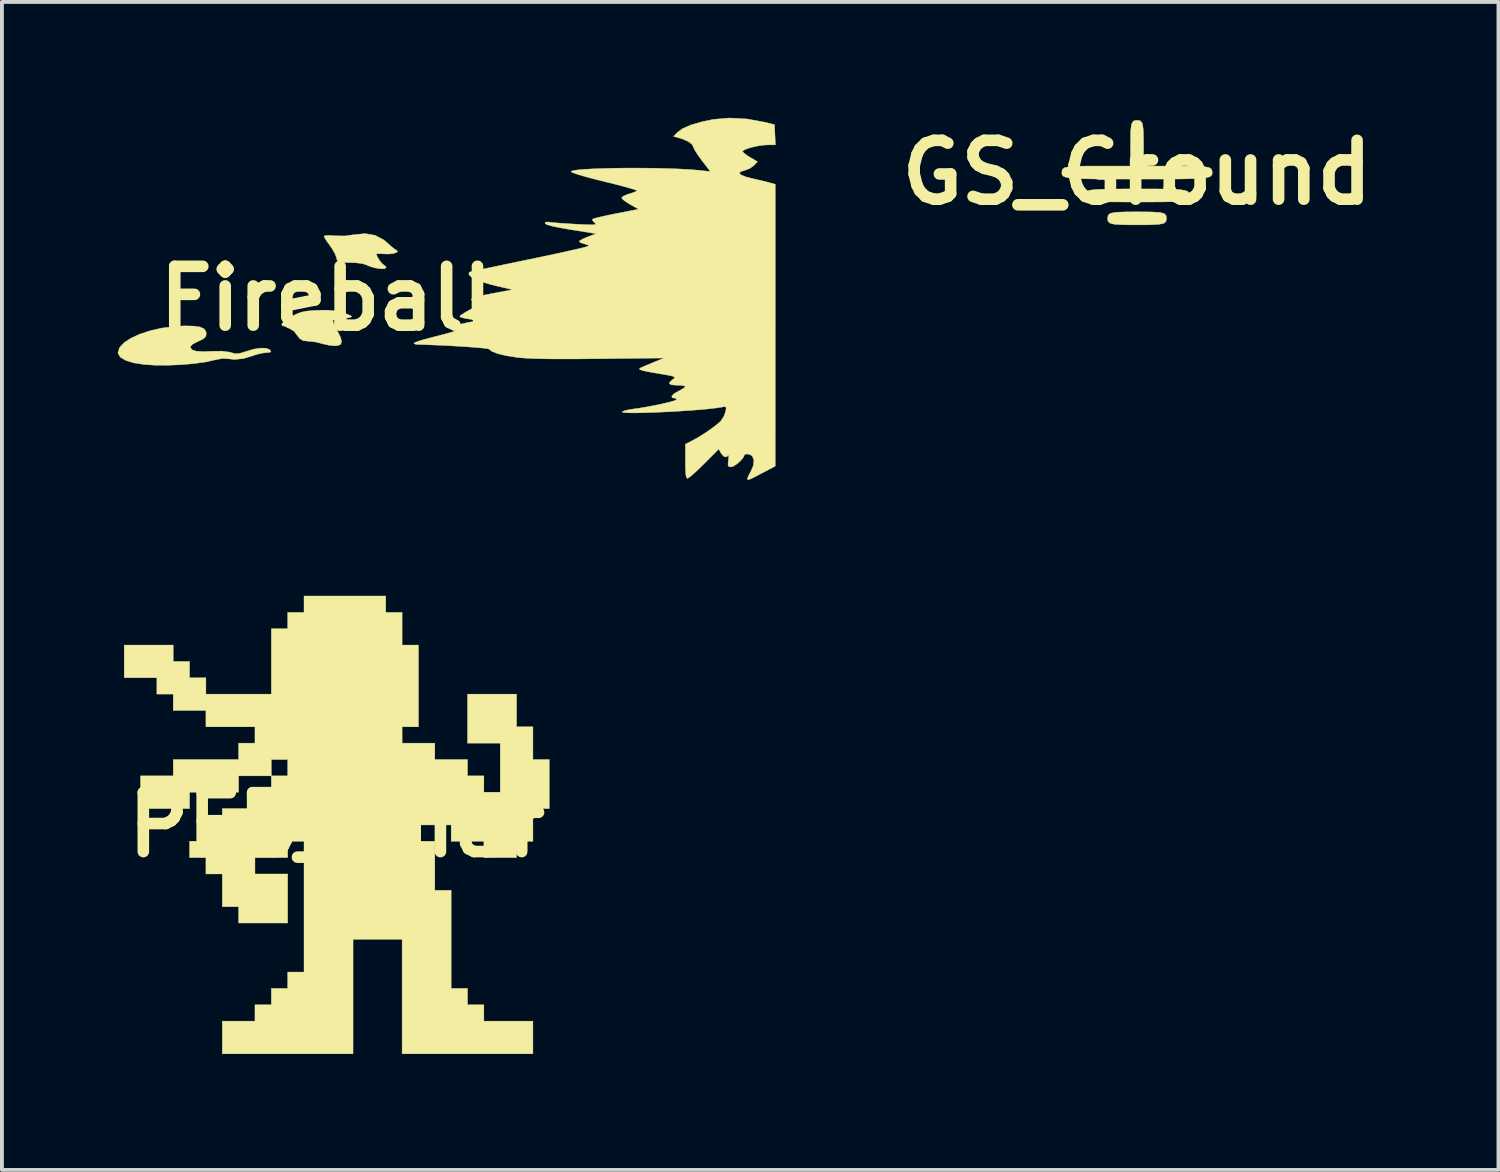
<source format=kicad_pcb>
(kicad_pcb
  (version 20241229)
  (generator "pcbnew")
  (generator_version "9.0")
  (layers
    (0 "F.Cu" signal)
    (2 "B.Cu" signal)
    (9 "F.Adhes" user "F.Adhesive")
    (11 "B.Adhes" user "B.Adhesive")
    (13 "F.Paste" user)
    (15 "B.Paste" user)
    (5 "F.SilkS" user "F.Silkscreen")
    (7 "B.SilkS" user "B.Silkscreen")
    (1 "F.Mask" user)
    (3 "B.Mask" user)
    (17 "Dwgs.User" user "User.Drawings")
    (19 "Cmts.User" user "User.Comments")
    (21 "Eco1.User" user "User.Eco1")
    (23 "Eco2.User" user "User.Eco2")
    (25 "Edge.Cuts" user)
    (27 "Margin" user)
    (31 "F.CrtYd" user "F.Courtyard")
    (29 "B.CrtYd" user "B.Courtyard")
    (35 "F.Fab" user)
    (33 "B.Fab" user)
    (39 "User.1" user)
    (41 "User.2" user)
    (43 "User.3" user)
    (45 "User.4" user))
  (footprint "Fireball_Trail"
    (layer "F.Cu")
    (at 8.514 4.68)
    (property "Reference" "Fireball_Trail" (at 0 0 0) (layer "F.SilkS") (effects (font (size 1.524 1.524) (thickness 0.3))))
    (attr through_hole)
    (fp_poly (pts (xy -2.912 0.315) (xy -2.739 0.351) (xy -2.705 0.361) (xy -2.574 0.405) (xy -2.484 0.444) (xy -2.455 0.466) (xy -2.494 0.487) (xy -2.592 0.508) (xy -2.693 0.521) (xy -2.825 0.537) (xy -2.919 0.554) (xy -2.948 0.564) (xy -2.939 0.607) (xy -2.897 0.703) (xy -2.831 0.831) (xy -2.83 0.833) (xy -2.746 1.007) (xy -2.719 1.124) (xy -2.751 1.193) (xy -2.842 1.222) (xy -2.909 1.223) (xy -3.06 1.206) (xy -3.219 1.169) (xy -3.239 1.163) (xy -3.4 1.124) (xy -3.569 1.104) (xy -3.586 1.104) (xy -3.717 1.089) (xy -3.8 1.039) (xy -3.84 0.991) (xy -3.956 0.839) (xy -4.055 0.753) (xy -4.148 0.721) (xy -4.17 0.72) (xy -4.257 0.704) (xy -4.269 0.659) (xy -4.21 0.59) (xy -4.083 0.503) (xy -4.011 0.463) (xy -3.871 0.393) (xy -3.749 0.349) (xy -3.615 0.323) (xy -3.438 0.308) (xy -3.35 0.304) (xy -3.105 0.3) (xy -2.912 0.315)) (stroke (width 0.01) (type solid)) (fill yes) (layer "F.SilkS"))
    (fp_poly (pts (xy -1.85 -1.637) (xy -1.622 -1.515) (xy -1.539 -1.444) (xy -1.434 -1.349) (xy -1.346 -1.28) (xy -1.31 -1.258) (xy -1.269 -1.225) (xy -1.296 -1.193) (xy -1.376 -1.167) (xy -1.494 -1.154) (xy -1.598 -1.155) (xy -1.722 -1.161) (xy -1.803 -1.16) (xy -1.82 -1.155) (xy -1.796 -1.084) (xy -1.738 -0.988) (xy -1.672 -0.906) (xy -1.631 -0.874) (xy -1.574 -0.83) (xy -1.566 -0.806) (xy -1.604 -0.773) (xy -1.708 -0.77) (xy -1.867 -0.797) (xy -1.884 -0.801) (xy -2.01 -0.841) (xy -2.103 -0.882) (xy -2.19 -0.906) (xy -2.332 -0.924) (xy -2.5 -0.931) (xy -2.511 -0.931) (xy -2.672 -0.933) (xy -2.767 -0.941) (xy -2.817 -0.963) (xy -2.84 -1.007) (xy -2.851 -1.056) (xy -2.89 -1.159) (xy -2.966 -1.292) (xy -3.025 -1.377) (xy -3.106 -1.489) (xy -3.161 -1.578) (xy -3.175 -1.614) (xy -3.136 -1.634) (xy -3.026 -1.635) (xy -2.92 -1.626) (xy -2.635 -1.621) (xy -2.41 -1.652) (xy -2.111 -1.682) (xy -1.85 -1.637)) (stroke (width 0.01) (type solid)) (fill yes) (layer "F.SilkS"))
    (fp_poly (pts (xy -6.553 0.712) (xy -6.385 0.736) (xy -6.281 0.782) (xy -6.231 0.854) (xy -6.223 0.914) (xy -6.237 0.984) (xy -6.291 1.038) (xy -6.404 1.096) (xy -6.437 1.109) (xy -6.578 1.181) (xy -6.636 1.243) (xy -6.637 1.264) (xy -6.593 1.326) (xy -6.484 1.362) (xy -6.304 1.374) (xy -6.084 1.365) (xy -5.821 1.361) (xy -5.622 1.387) (xy -5.589 1.397) (xy -5.474 1.426) (xy -5.373 1.423) (xy -5.245 1.386) (xy -5.22 1.377) (xy -5.006 1.312) (xy -4.816 1.282) (xy -4.668 1.286) (xy -4.578 1.326) (xy -4.575 1.33) (xy -4.548 1.375) (xy -4.579 1.394) (xy -4.662 1.399) (xy -4.797 1.416) (xy -4.947 1.456) (xy -4.974 1.466) (xy -5.262 1.554) (xy -5.501 1.578) (xy -5.623 1.562) (xy -5.806 1.551) (xy -5.996 1.588) (xy -6.239 1.642) (xy -6.541 1.684) (xy -6.879 1.713) (xy -7.227 1.727) (xy -7.56 1.725) (xy -7.832 1.707) (xy -8.101 1.665) (xy -8.307 1.602) (xy -8.445 1.52) (xy -8.506 1.424) (xy -8.509 1.396) (xy -8.468 1.269) (xy -8.354 1.144) (xy -8.177 1.027) (xy -7.948 0.922) (xy -7.678 0.833) (xy -7.378 0.764) (xy -7.059 0.721) (xy -6.795 0.707) (xy -6.553 0.712)) (stroke (width 0.01) (type solid)) (fill yes) (layer "F.SilkS"))
    (fp_poly (pts (xy 7.779 -4.65) (xy 8.248 -4.564) (xy 8.276 -4.557) (xy 8.488 -4.503) (xy 8.5 -4.241) (xy 8.513 -3.979) (xy 8.307 -3.979) (xy 8.165 -3.969) (xy 8.009 -3.943) (xy 7.859 -3.906) (xy 7.739 -3.865) (xy 7.67 -3.826) (xy 7.662 -3.81) (xy 7.696 -3.769) (xy 7.782 -3.704) (xy 7.855 -3.658) (xy 8.048 -3.545) (xy 7.954 -3.445) (xy 7.844 -3.366) (xy 7.719 -3.319) (xy 7.609 -3.286) (xy 7.58 -3.244) (xy 7.63 -3.197) (xy 7.757 -3.148) (xy 7.885 -3.115) (xy 8.063 -3.074) (xy 8.231 -3.034) (xy 8.351 -3.003) (xy 8.509 -2.959) (xy 8.509 0.69) (xy 8.508 4.339) (xy 8.187 4.508) (xy 8.011 4.601) (xy 7.897 4.659) (xy 7.83 4.687) (xy 7.799 4.691) (xy 7.79 4.676) (xy 7.789 4.661) (xy 7.81 4.598) (xy 7.861 4.5) (xy 7.874 4.478) (xy 7.941 4.324) (xy 7.955 4.182) (xy 7.913 4.078) (xy 7.908 4.072) (xy 7.838 4.033) (xy 7.76 4.023) (xy 7.709 4.044) (xy 7.705 4.06) (xy 7.672 4.129) (xy 7.593 4.217) (xy 7.494 4.299) (xy 7.401 4.352) (xy 7.365 4.36) (xy 7.307 4.352) (xy 7.285 4.314) (xy 7.29 4.221) (xy 7.295 4.18) (xy 7.305 4.084) (xy 7.302 4.046) (xy 7.297 4.053) (xy 7.244 4.103) (xy 7.172 4.085) (xy 7.103 4.004) (xy 7.102 4.001) (xy 7.046 3.895) (xy 6.667 4.276) (xy 6.52 4.42) (xy 6.39 4.539) (xy 6.291 4.622) (xy 6.237 4.656) (xy 6.234 4.657) (xy 6.209 4.633) (xy 6.192 4.555) (xy 6.183 4.413) (xy 6.181 4.213) (xy 6.181 3.769) (xy 6.361 3.678) (xy 6.536 3.58) (xy 6.724 3.46) (xy 6.901 3.335) (xy 7.043 3.222) (xy 7.101 3.167) (xy 7.178 3.05) (xy 7.223 2.925) (xy 7.238 2.831) (xy 7.216 2.799) (xy 7.142 2.807) (xy 7.129 2.81) (xy 6.987 2.832) (xy 6.792 2.855) (xy 6.556 2.877) (xy 6.29 2.897) (xy 6.008 2.916) (xy 5.72 2.932) (xy 5.439 2.945) (xy 5.177 2.954) (xy 4.944 2.959) (xy 4.754 2.959) (xy 4.619 2.954) (xy 4.549 2.943) (xy 4.543 2.934) (xy 4.597 2.906) (xy 4.708 2.878) (xy 4.814 2.862) (xy 4.993 2.837) (xy 5.196 2.803) (xy 5.407 2.762) (xy 5.605 2.72) (xy 5.773 2.68) (xy 5.893 2.645) (xy 5.946 2.622) (xy 5.952 2.589) (xy 5.916 2.582) (xy 5.837 2.566) (xy 5.83 2.522) (xy 5.892 2.46) (xy 5.988 2.405) (xy 6.098 2.345) (xy 6.168 2.296) (xy 6.181 2.278) (xy 6.143 2.258) (xy 6.045 2.246) (xy 5.969 2.244) (xy 5.827 2.234) (xy 5.766 2.205) (xy 5.784 2.153) (xy 5.849 2.099) (xy 5.893 2.066) (xy 5.907 2.041) (xy 5.88 2.019) (xy 5.803 1.997) (xy 5.664 1.971) (xy 5.453 1.936) (xy 5.424 1.931) (xy 5.212 1.894) (xy 5.076 1.864) (xy 5.005 1.839) (xy 4.991 1.816) (xy 4.999 1.806) (xy 5.044 1.784) (xy 5.147 1.739) (xy 5.288 1.68) (xy 5.323 1.665) (xy 5.63 1.539) (xy 3.94 1.558) (xy 3.42 1.563) (xy 2.978 1.564) (xy 2.61 1.562) (xy 2.31 1.555) (xy 2.071 1.545) (xy 1.888 1.532) (xy 1.834 1.525) (xy 1.553 1.482) (xy 1.331 1.429) (xy 1.176 1.37) (xy 1.099 1.309) (xy 1.052 1.297) (xy 0.933 1.282) (xy 0.754 1.266) (xy 0.53 1.249) (xy 0.271 1.233) (xy -0.009 1.217) (xy -0.297 1.204) (xy -0.581 1.193) (xy -0.794 1.187) (xy -0.843 1.164) (xy -0.847 1.152) (xy -0.808 1.131) (xy -0.701 1.094) (xy -0.541 1.048) (xy -0.343 0.995) (xy -0.256 0.973) (xy -0.019 0.912) (xy 0.142 0.866) (xy 0.233 0.831) (xy 0.262 0.807) (xy 0.245 0.793) (xy 0.187 0.757) (xy 0.205 0.719) (xy 0.304 0.679) (xy 0.484 0.634) (xy 0.529 0.624) (xy 0.826 0.564) (xy 0.582 0.531) (xy 0.452 0.508) (xy 0.363 0.481) (xy 0.339 0.461) (xy 0.374 0.426) (xy 0.466 0.366) (xy 0.598 0.293) (xy 0.624 0.279) (xy 0.769 0.204) (xy 0.842 0.155) (xy 0.845 0.121) (xy 0.783 0.09) (xy 0.688 0.061) (xy 0.635 0.033) (xy 0.656 0.000401) (xy 0.753 -0.037) (xy 0.928 -0.081) (xy 1.171 -0.13) (xy 1.706 -0.23) (xy 1.319 -0.32) (xy 1.125 -0.369) (xy 0.942 -0.422) (xy 0.801 -0.471) (xy 0.764 -0.486) (xy 0.642 -0.555) (xy 0.577 -0.621) (xy 0.579 -0.672) (xy 0.606 -0.689) (xy 0.658 -0.701) (xy 0.783 -0.729) (xy 0.971 -0.77) (xy 1.214 -0.821) (xy 1.502 -0.882) (xy 1.824 -0.949) (xy 2.169 -1.02) (xy 2.514 -1.093) (xy 2.832 -1.16) (xy 3.113 -1.222) (xy 3.347 -1.275) (xy 3.527 -1.317) (xy 3.641 -1.347) (xy 3.683 -1.362) (xy 3.683 -1.362) (xy 3.647 -1.39) (xy 3.559 -1.418) (xy 3.556 -1.418) (xy 3.467 -1.447) (xy 3.429 -1.479) (xy 3.429 -1.479) (xy 3.465 -1.511) (xy 3.559 -1.559) (xy 3.649 -1.596) (xy 3.869 -1.68) (xy 3.218 -1.784) (xy 2.937 -1.832) (xy 2.729 -1.876) (xy 2.598 -1.913) (xy 2.548 -1.944) (xy 2.557 -1.977) (xy 2.626 -1.983) (xy 2.694 -1.975) (xy 2.8 -1.963) (xy 2.968 -1.95) (xy 3.174 -1.936) (xy 3.387 -1.924) (xy 3.604 -1.914) (xy 3.748 -1.91) (xy 3.83 -1.913) (xy 3.86 -1.925) (xy 3.85 -1.945) (xy 3.831 -1.961) (xy 3.779 -2.02) (xy 3.778 -2.057) (xy 3.829 -2.076) (xy 3.948 -2.107) (xy 4.117 -2.145) (xy 4.322 -2.188) (xy 4.39 -2.201) (xy 4.969 -2.314) (xy 4.749 -2.438) (xy 4.632 -2.511) (xy 4.552 -2.575) (xy 4.53 -2.609) (xy 4.567 -2.647) (xy 4.661 -2.69) (xy 4.721 -2.71) (xy 4.838 -2.747) (xy 4.916 -2.78) (xy 4.931 -2.792) (xy 4.897 -2.81) (xy 4.792 -2.844) (xy 4.629 -2.89) (xy 4.418 -2.946) (xy 4.171 -3.008) (xy 4.083 -3.029) (xy 3.812 -3.097) (xy 3.579 -3.16) (xy 3.396 -3.214) (xy 3.272 -3.256) (xy 3.219 -3.284) (xy 3.218 -3.287) (xy 3.258 -3.309) (xy 3.373 -3.329) (xy 3.551 -3.345) (xy 3.782 -3.358) (xy 4.056 -3.368) (xy 4.362 -3.375) (xy 4.69 -3.379) (xy 5.028 -3.378) (xy 5.368 -3.375) (xy 5.698 -3.367) (xy 6.008 -3.356) (xy 6.287 -3.341) (xy 6.524 -3.322) (xy 6.578 -3.316) (xy 6.828 -3.289) (xy 6.61 -3.573) (xy 6.51 -3.71) (xy 6.434 -3.827) (xy 6.395 -3.903) (xy 6.392 -3.916) (xy 6.354 -3.992) (xy 6.249 -4.069) (xy 6.097 -4.135) (xy 6.038 -4.153) (xy 5.875 -4.197) (xy 5.971 -4.299) (xy 6.11 -4.401) (xy 6.325 -4.495) (xy 6.608 -4.577) (xy 6.905 -4.639) (xy 7.324 -4.675) (xy 7.779 -4.65)) (stroke (width 0.01) (type solid)) (fill yes) (layer "F.SilkS")))
  (footprint "GS_Ground"
    (layer "F.Cu")
    (at 26.389 1.418)
    (property "Reference" "GS_Ground" (at 0 0 0) (layer "F.SilkS") (effects (font (size 1.524 1.524) (thickness 0.3))))
    (attr through_hole)
    (fp_poly (pts (xy 0.362 1.019) (xy 0.587 1.032) (xy 0.707 1.063) (xy 0.755 1.119) (xy 0.762 1.185) (xy 0.749 1.266) (xy 0.69 1.316) (xy 0.551 1.342) (xy 0.3 1.353) (xy 0 1.355) (xy -0.362 1.352) (xy -0.587 1.339) (xy -0.707 1.308) (xy -0.755 1.252) (xy -0.762 1.185) (xy -0.749 1.105) (xy -0.69 1.055) (xy -0.551 1.028) (xy -0.3 1.018) (xy 0 1.016) (xy 0.362 1.019)) (stroke (width 0.01) (type solid)) (fill yes) (layer "F.SilkS"))
    (fp_poly (pts (xy 0.507 0.424) (xy 0.868 0.429) (xy 1.109 0.441) (xy 1.254 0.464) (xy 1.327 0.499) (xy 1.352 0.55) (xy 1.355 0.593) (xy 1.347 0.656) (xy 1.307 0.701) (xy 1.21 0.731) (xy 1.033 0.749) (xy 0.751 0.759) (xy 0.339 0.762) (xy 0 0.762) (xy -0.507 0.761) (xy -0.868 0.756) (xy -1.109 0.744) (xy -1.254 0.722) (xy -1.327 0.687) (xy -1.352 0.635) (xy -1.355 0.593) (xy -1.347 0.529) (xy -1.307 0.484) (xy -1.21 0.454) (xy -1.033 0.436) (xy -0.751 0.427) (xy -0.339 0.424) (xy 0 0.423) (xy 0.507 0.424)) (stroke (width 0.01) (type solid)) (fill yes) (layer "F.SilkS"))
    (fp_poly (pts (xy 0.089 -1.339) (xy 0.14 -1.267) (xy 0.163 -1.102) (xy 0.169 -0.809) (xy 0.169 -0.762) (xy 0.169 -0.169) (xy 1.058 -0.169) (xy 1.455 -0.167) (xy 1.712 -0.157) (xy 1.86 -0.133) (xy 1.928 -0.09) (xy 1.947 -0.021) (xy 1.947 0) (xy 1.941 0.054) (xy 1.91 0.095) (xy 1.832 0.125) (xy 1.689 0.146) (xy 1.458 0.159) (xy 1.121 0.166) (xy 0.656 0.169) (xy 0.043 0.169) (xy 0 0.169) (xy -0.622 0.169) (xy -1.096 0.166) (xy -1.44 0.159) (xy -1.677 0.147) (xy -1.825 0.127) (xy -1.906 0.097) (xy -1.94 0.057) (xy -1.947 0.004) (xy -1.947 0) (xy -1.936 -0.076) (xy -1.883 -0.125) (xy -1.757 -0.153) (xy -1.529 -0.166) (xy -1.17 -0.169) (xy -1.058 -0.169) (xy -0.169 -0.169) (xy -0.169 -0.762) (xy -0.165 -1.073) (xy -0.144 -1.252) (xy -0.097 -1.334) (xy -0.013 -1.355) (xy 0 -1.355) (xy 0.089 -1.339)) (stroke (width 0.01) (type solid)) (fill yes) (layer "F.SilkS")))
  (footprint "PFB_Char"
    (layer "F.Cu")
    (at 5.668 18.308)
    (property "Reference" "PFB_Char" (at 0 0 0) (layer "F.SilkS") (effects (font (size 1.524 1.524) (thickness 0.3))))
    (attr through_hole)
    (fp_poly (pts (xy 1.27 -5.503) (xy 1.693 -5.503) (xy 1.693 -4.657) (xy 2.117 -4.657) (xy 2.117 -2.54) (xy 1.693 -2.54) (xy 1.693 -2.117) (xy 2.54 -2.117) (xy 2.54 -1.693) (xy 3.387 -1.693) (xy 3.387 -1.27) (xy 3.81 -1.27) (xy 3.81 -0.847) (xy 4.233 -0.847) (xy 4.233 -2.117) (xy 3.387 -2.117) (xy 3.387 -3.387) (xy 4.657 -3.387) (xy 4.657 -2.54) (xy 5.08 -2.54) (xy 5.08 -1.693) (xy 5.503 -1.693) (xy 5.503 -0.423) (xy 5.08 -0.423) (xy 5.08 0.423) (xy 4.657 0.423) (xy 4.657 0.847) (xy 3.81 0.847) (xy 3.81 0.423) (xy 2.963 0.423) (xy 2.963 0) (xy 2.117 0) (xy 2.117 0.423) (xy 2.54 0.423) (xy 2.54 1.693) (xy 2.963 1.693) (xy 2.963 4.233) (xy 3.387 4.233) (xy 3.387 4.657) (xy 3.81 4.657) (xy 3.81 5.08) (xy 5.08 5.08) (xy 5.08 5.927) (xy 1.693 5.927) (xy 1.693 2.963) (xy 0.423 2.963) (xy 0.423 5.927) (xy -2.963 5.927) (xy -2.963 5.08) (xy -2.117 5.08) (xy -2.117 4.657) (xy -1.693 4.657) (xy -1.693 4.233) (xy -1.27 4.233) (xy -1.27 3.81) (xy -0.847 3.81) (xy -0.847 0.423) (xy -1.27 0.423) (xy -1.27 0.847) (xy -2.117 0.847) (xy -2.117 1.27) (xy -1.27 1.27) (xy -1.27 2.54) (xy -2.54 2.54) (xy -2.54 2.117) (xy -2.963 2.117) (xy -2.963 1.27) (xy -3.387 1.27) (xy -3.387 0.847) (xy -3.81 0.847) (xy -3.81 0.423) (xy -3.387 0.423) (xy -3.387 0) (xy -2.963 0) (xy -2.963 -0.423) (xy -2.117 -0.423) (xy -2.117 -0.847) (xy -1.693 -0.847) (xy -1.693 -1.27) (xy -2.54 -1.27) (xy -2.54 -0.847) (xy -3.81 -0.847) (xy -3.81 -0.423) (xy -5.08 -0.423) (xy -5.08 -1.27) (xy -4.233 -1.27) (xy -4.233 -1.693) (xy -2.54 -1.693) (xy -1.693 -1.693) (xy -1.693 -1.27) (xy -1.27 -1.27) (xy -1.27 -1.693) (xy -1.693 -1.693) (xy -2.54 -1.693) (xy -2.54 -2.117) (xy -2.117 -2.117) (xy -2.117 -2.54) (xy -3.387 -2.54) (xy -3.387 -2.963) (xy -4.233 -2.963) (xy -4.233 -3.387) (xy -4.657 -3.387) (xy -4.657 -3.81) (xy -5.503 -3.81) (xy -5.503 -4.657) (xy -4.233 -4.657) (xy -4.233 -4.233) (xy -3.81 -4.233) (xy -3.81 -3.81) (xy -3.387 -3.81) (xy -3.387 -3.387) (xy -1.693 -3.387) (xy -1.693 -5.08) (xy -1.27 -5.08) (xy -1.27 -5.503) (xy -0.847 -5.503) (xy -0.847 -5.927) (xy 1.27 -5.927) (xy 1.27 -5.503)) (stroke (width 0.01) (type solid)) (fill yes) (layer "F.SilkS")))
  (gr_rect
    (start -3 -3)
    (end 35.747 27.24)
    (stroke (width 0.1) (type default))
    (fill no)
    (layer "Edge.Cuts")))
</source>
